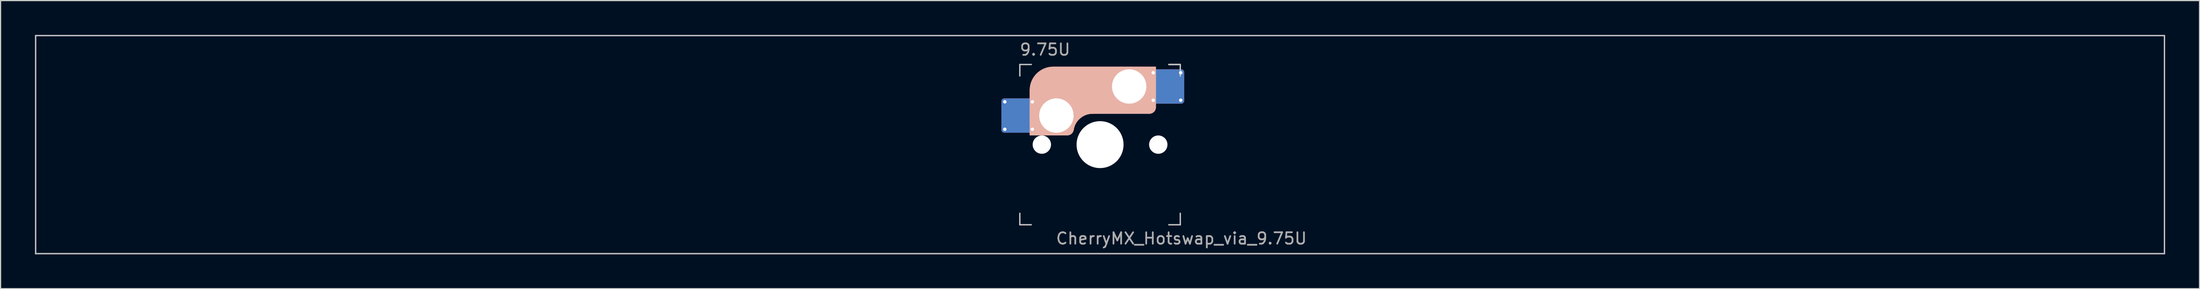
<source format=kicad_pcb>
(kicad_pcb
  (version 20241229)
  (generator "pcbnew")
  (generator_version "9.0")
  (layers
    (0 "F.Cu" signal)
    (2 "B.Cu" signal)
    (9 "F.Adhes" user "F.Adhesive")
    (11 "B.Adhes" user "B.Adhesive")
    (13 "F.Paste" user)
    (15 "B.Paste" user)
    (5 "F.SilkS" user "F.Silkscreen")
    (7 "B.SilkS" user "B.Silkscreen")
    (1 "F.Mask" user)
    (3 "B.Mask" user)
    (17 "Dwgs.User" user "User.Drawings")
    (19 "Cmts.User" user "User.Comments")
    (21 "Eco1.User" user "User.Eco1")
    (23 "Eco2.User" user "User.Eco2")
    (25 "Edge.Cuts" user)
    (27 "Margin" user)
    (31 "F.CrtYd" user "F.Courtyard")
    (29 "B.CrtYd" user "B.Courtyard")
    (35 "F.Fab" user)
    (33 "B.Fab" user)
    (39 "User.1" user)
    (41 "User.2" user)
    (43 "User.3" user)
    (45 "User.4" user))
  (footprint "CherryMX_Hotswap_via_9.75U"
    (layer "F.Cu")
    (at 92.929 9.585)
    (property "Reference" "CherryMX_Hotswap_via_9.75U" (at 7.1 8.2 0) (layer "F.Fab") (effects (font (size 1 1) (thickness 0.15))))
    (attr through_hole)
    (fp_line (start -8.11 -1.74) (end -8.11 -3.34) (stroke (width 0.12) (type solid)) (layer "B.Mask"))
    (fp_line (start -7.91 -3.54) (end -6.31 -3.54) (stroke (width 0.12) (type solid)) (layer "B.Mask"))
    (fp_line (start -6.31 -1.54) (end -7.91 -1.54) (stroke (width 0.12) (type solid)) (layer "B.Mask"))
    (fp_line (start -6.11 -3.34) (end -6.11 -1.74) (stroke (width 0.12) (type solid)) (layer "B.Mask"))
    (fp_line (start 4.84 -5.88) (end 4.84 -4.28) (stroke (width 0.12) (type solid)) (layer "B.Mask"))
    (fp_line (start 5.04 -6.08) (end 6.64 -6.08) (stroke (width 0.12) (type solid)) (layer "B.Mask"))
    (fp_line (start 5.04 -4.08) (end 6.64 -4.08) (stroke (width 0.12) (type solid)) (layer "B.Mask"))
    (fp_line (start 6.84 -4.28) (end 6.84 -5.88) (stroke (width 0.12) (type solid)) (layer "B.Mask"))
    (fp_arc (start -8.11 -3.34) (mid -8.051421 -3.481421) (end -7.91 -3.54) (stroke (width 0.12) (type solid)) (layer "B.Mask"))
    (fp_arc (start -7.91 -1.54) (mid -8.051421 -1.598579) (end -8.11 -1.74) (stroke (width 0.12) (type solid)) (layer "B.Mask"))
    (fp_arc (start -6.31 -3.54) (mid -6.168579 -3.481421) (end -6.11 -3.34) (stroke (width 0.12) (type solid)) (layer "B.Mask"))
    (fp_arc (start -6.11 -1.74) (mid -6.168579 -1.598579) (end -6.31 -1.54) (stroke (width 0.12) (type solid)) (layer "B.Mask"))
    (fp_arc (start 4.84 -5.88) (mid 4.898579 -6.021421) (end 5.04 -6.08) (stroke (width 0.12) (type solid)) (layer "B.Mask"))
    (fp_arc (start 5.04 -4.08) (mid 4.898579 -4.138579) (end 4.84 -4.28) (stroke (width 0.12) (type solid)) (layer "B.Mask"))
    (fp_arc (start 6.64 -6.08) (mid 6.781421 -6.021421) (end 6.84 -5.88) (stroke (width 0.12) (type solid)) (layer "B.Mask"))
    (fp_arc (start 6.84 -4.28) (mid 6.781421 -4.138579) (end 6.64 -4.08) (stroke (width 0.12) (type solid)) (layer "B.Mask"))
    (fp_poly (pts (xy -6.11 -3.34) (xy -6.11 -1.74) (xy -6.31 -1.54) (xy -7.91 -1.54) (xy -8.11 -1.74) (xy -8.11 -3.34) (xy -7.91 -3.54) (xy -6.31 -3.54)) (stroke (width 0.1) (type solid)) (fill yes) (layer "B.Mask"))
    (fp_poly (pts (xy 6.84 -5.88) (xy 6.84 -4.28) (xy 6.64 -4.08) (xy 5.04 -4.08) (xy 4.84 -4.28) (xy 4.84 -5.88) (xy 5.04 -6.08) (xy 6.64 -6.08)) (stroke (width 0.1) (type solid)) (fill yes) (layer "B.Mask"))
    (fp_line (start -6.085 -0.865) (end -6.085 -4.755) (stroke (width 0.12) (type solid)) (layer "B.SilkS"))
    (fp_line (start -4.085 -6.755) (end 4.815 -6.755) (stroke (width 0.12) (type solid)) (layer "B.SilkS"))
    (fp_line (start -2.852 -0.865) (end -6.085 -0.865) (stroke (width 0.12) (type solid)) (layer "B.SilkS"))
    (fp_line (start -0.635 -2.755) (end 4.315 -2.755) (stroke (width 0.12) (type solid)) (layer "B.SilkS"))
    (fp_line (start 4.815 -6.755) (end 4.815 -3.255) (stroke (width 0.12) (type solid)) (layer "B.SilkS"))
    (fp_arc (start -6.085 -4.755) (mid -5.499214 -6.169214) (end -4.085 -6.755) (stroke (width 0.12) (type solid)) (layer "B.SilkS"))
    (fp_arc (start -2.360959 -1.278326) (mid -1.770727 -2.335454) (end -0.635 -2.755) (stroke (width 0.12) (type solid)) (layer "B.SilkS"))
    (fp_arc (start -2.36 -1.278176) (mid -2.53101 -0.981978) (end -2.852404 -0.865) (stroke (width 0.12) (type solid)) (layer "B.SilkS"))
    (fp_arc (start 4.815 -3.255) (mid 4.668553 -2.901447) (end 4.315 -2.755) (stroke (width 0.12) (type solid)) (layer "B.SilkS"))
    (fp_poly (pts (xy 4.815 -3.255) (xy 4.633 -2.937) (xy 4.315 -2.755) (xy -0.635 -2.755) (xy -1.259 -2.696) (xy -1.805 -2.376) (xy -2.207 -1.885) (xy -2.361 -1.278) (xy -2.563 -1.02) (xy -2.852 -0.865) (xy -6.085 -0.865) (xy -6.085 -4.755) (xy -5.887 -5.501) (xy -5.464 -6.134) (xy -4.831 -6.557) (xy -4.085 -6.755) (xy 4.815 -6.755)) (stroke (width 0.1) (type solid)) (fill yes) (layer "B.SilkS"))
    (fp_line (start -8.11 -1.74) (end -8.11 -3.34) (stroke (width 0.12) (type solid)) (layer "B.Paste"))
    (fp_line (start -7.91 -3.54) (end -6.31 -3.54) (stroke (width 0.12) (type solid)) (layer "B.Paste"))
    (fp_line (start -6.31 -1.54) (end -7.91 -1.54) (stroke (width 0.12) (type solid)) (layer "B.Paste"))
    (fp_line (start -6.11 -3.34) (end -6.11 -1.74) (stroke (width 0.12) (type solid)) (layer "B.Paste"))
    (fp_line (start 4.84 -5.88) (end 4.84 -4.28) (stroke (width 0.12) (type solid)) (layer "B.Paste"))
    (fp_line (start 5.04 -6.08) (end 6.64 -6.08) (stroke (width 0.12) (type solid)) (layer "B.Paste"))
    (fp_line (start 5.04 -4.08) (end 6.64 -4.08) (stroke (width 0.12) (type solid)) (layer "B.Paste"))
    (fp_line (start 6.84 -4.28) (end 6.84 -5.88) (stroke (width 0.12) (type solid)) (layer "B.Paste"))
    (fp_arc (start -8.11 -3.34) (mid -8.051421 -3.481421) (end -7.91 -3.54) (stroke (width 0.12) (type solid)) (layer "B.Paste"))
    (fp_arc (start -7.91 -1.54) (mid -8.051421 -1.598579) (end -8.11 -1.74) (stroke (width 0.12) (type solid)) (layer "B.Paste"))
    (fp_arc (start -6.31 -3.54) (mid -6.168579 -3.481421) (end -6.11 -3.34) (stroke (width 0.12) (type solid)) (layer "B.Paste"))
    (fp_arc (start -6.11 -1.74) (mid -6.168579 -1.598579) (end -6.31 -1.54) (stroke (width 0.12) (type solid)) (layer "B.Paste"))
    (fp_arc (start 4.84 -5.88) (mid 4.898579 -6.021421) (end 5.04 -6.08) (stroke (width 0.12) (type solid)) (layer "B.Paste"))
    (fp_arc (start 5.04 -4.08) (mid 4.898579 -4.138579) (end 4.84 -4.28) (stroke (width 0.12) (type solid)) (layer "B.Paste"))
    (fp_arc (start 6.64 -6.08) (mid 6.781421 -6.021421) (end 6.84 -5.88) (stroke (width 0.12) (type solid)) (layer "B.Paste"))
    (fp_arc (start 6.84 -4.28) (mid 6.781421 -4.138579) (end 6.64 -4.08) (stroke (width 0.12) (type solid)) (layer "B.Paste"))
    (fp_poly (pts (xy -6.11 -3.34) (xy -6.11 -1.74) (xy -6.31 -1.54) (xy -7.91 -1.54) (xy -8.11 -1.74) (xy -8.11 -3.34) (xy -7.91 -3.54) (xy -6.31 -3.54)) (stroke (width 0.1) (type solid)) (fill yes) (layer "B.Paste"))
    (fp_poly (pts (xy 6.84 -5.88) (xy 6.84 -4.28) (xy 6.64 -4.08) (xy 5.04 -4.08) (xy 4.84 -4.28) (xy 4.84 -5.88) (xy 5.04 -6.08) (xy 6.64 -6.08)) (stroke (width 0.1) (type solid)) (fill yes) (layer "B.Paste"))
    (fp_line (start -92.869 -9.525) (end 92.869 -9.525) (stroke (width 0.12) (type solid)) (layer "Dwgs.User"))
    (fp_line (start -92.869 9.525) (end -92.869 -9.525) (stroke (width 0.12) (type solid)) (layer "Dwgs.User"))
    (fp_line (start -7 -7) (end -7 -6) (stroke (width 0.12) (type solid)) (layer "Dwgs.User"))
    (fp_line (start -7 -7) (end -6 -7) (stroke (width 0.12) (type solid)) (layer "Dwgs.User"))
    (fp_line (start -7 7) (end -7 6) (stroke (width 0.12) (type solid)) (layer "Dwgs.User"))
    (fp_line (start -7 7) (end -6 7) (stroke (width 0.12) (type solid)) (layer "Dwgs.User"))
    (fp_line (start 6 -7) (end 7 -7) (stroke (width 0.12) (type solid)) (layer "Dwgs.User"))
    (fp_line (start 7 -7) (end 6 -7) (stroke (width 0.12) (type solid)) (layer "Dwgs.User"))
    (fp_line (start 7 -7) (end 7 -6) (stroke (width 0.12) (type solid)) (layer "Dwgs.User"))
    (fp_line (start 7 7) (end 6 7) (stroke (width 0.12) (type solid)) (layer "Dwgs.User"))
    (fp_line (start 7 7) (end 7 6) (stroke (width 0.12) (type solid)) (layer "Dwgs.User"))
    (fp_line (start 92.869 -9.525) (end 92.869 9.525) (stroke (width 0.12) (type solid)) (layer "Dwgs.User"))
    (fp_line (start 92.869 9.525) (end -92.869 9.525) (stroke (width 0.12) (type solid)) (layer "Dwgs.User"))
    (fp_text user "9.75U" (at -4.8 -8.3 0) (layer "F.Fab") (effects (font (size 1 1) (thickness 0.15))))
    (pad "" np_thru_hole circle (at -5.08 0) (size 1.6 1.6) (drill 1.6) (layers "*.Cu" "*.Mask"))
    (pad "" np_thru_hole circle (at -3.81 -2.54) (size 3 3) (drill 3) (layers "*.Cu" "*.Mask"))
    (pad "" np_thru_hole circle (at 0 0) (size 4.1 4.1) (drill 4.1) (layers "*.Cu" "*.Mask"))
    (pad "" np_thru_hole circle (at 2.54 -5.08) (size 3 3) (drill 3) (layers "*.Cu" "*.Mask"))
    (pad "" np_thru_hole circle (at 5.08 0) (size 1.6 1.6) (drill 1.6) (layers "*.Cu" "*.Mask"))
    (pad "1" thru_hole circle (at -8.31 -3.74) (size 0.5 0.5) (drill 0.3) (layers "*.Cu"))
    (pad "1" thru_hole circle (at -8.31 -1.34) (size 0.5 0.5) (drill 0.3) (layers "*.Cu"))
    (pad "1" smd roundrect (at -7.11 -2.54) (size 3 3) (layers "F.Cu") (roundrect_rratio 0.083))
    (pad "1" smd roundrect (at -7.11 -2.54 180) (size 3 3) (layers "B.Cu") (roundrect_rratio 0.083))
    (pad "1" thru_hole circle (at -5.91 -3.74) (size 0.5 0.5) (drill 0.3) (layers "*.Cu"))
    (pad "1" thru_hole circle (at -5.91 -1.34) (size 0.5 0.5) (drill 0.3) (layers "*.Cu"))
    (pad "2" thru_hole circle (at 4.64 -6.28 180) (size 0.5 0.5) (drill 0.3) (layers "*.Cu"))
    (pad "2" thru_hole circle (at 4.64 -3.88 180) (size 0.5 0.5) (drill 0.3) (layers "*.Cu"))
    (pad "2" smd roundrect (at 5.84 -5.08 180) (size 3 3) (layers "F.Cu") (roundrect_rratio 0.083))
    (pad "2" smd roundrect (at 5.84 -5.08 180) (size 3 3) (layers "B.Cu") (roundrect_rratio 0.083))
    (pad "2" thru_hole circle (at 7.04 -6.28 180) (size 0.5 0.5) (drill 0.3) (layers "*.Cu"))
    (pad "2" thru_hole circle (at 7.04 -3.88 180) (size 0.5 0.5) (drill 0.3) (layers "*.Cu")))
  (gr_rect
    (start -3 -3)
    (end 188.857 22.17)
    (stroke (width 0.1) (type default))
    (fill no)
    (layer "Edge.Cuts")))
</source>
